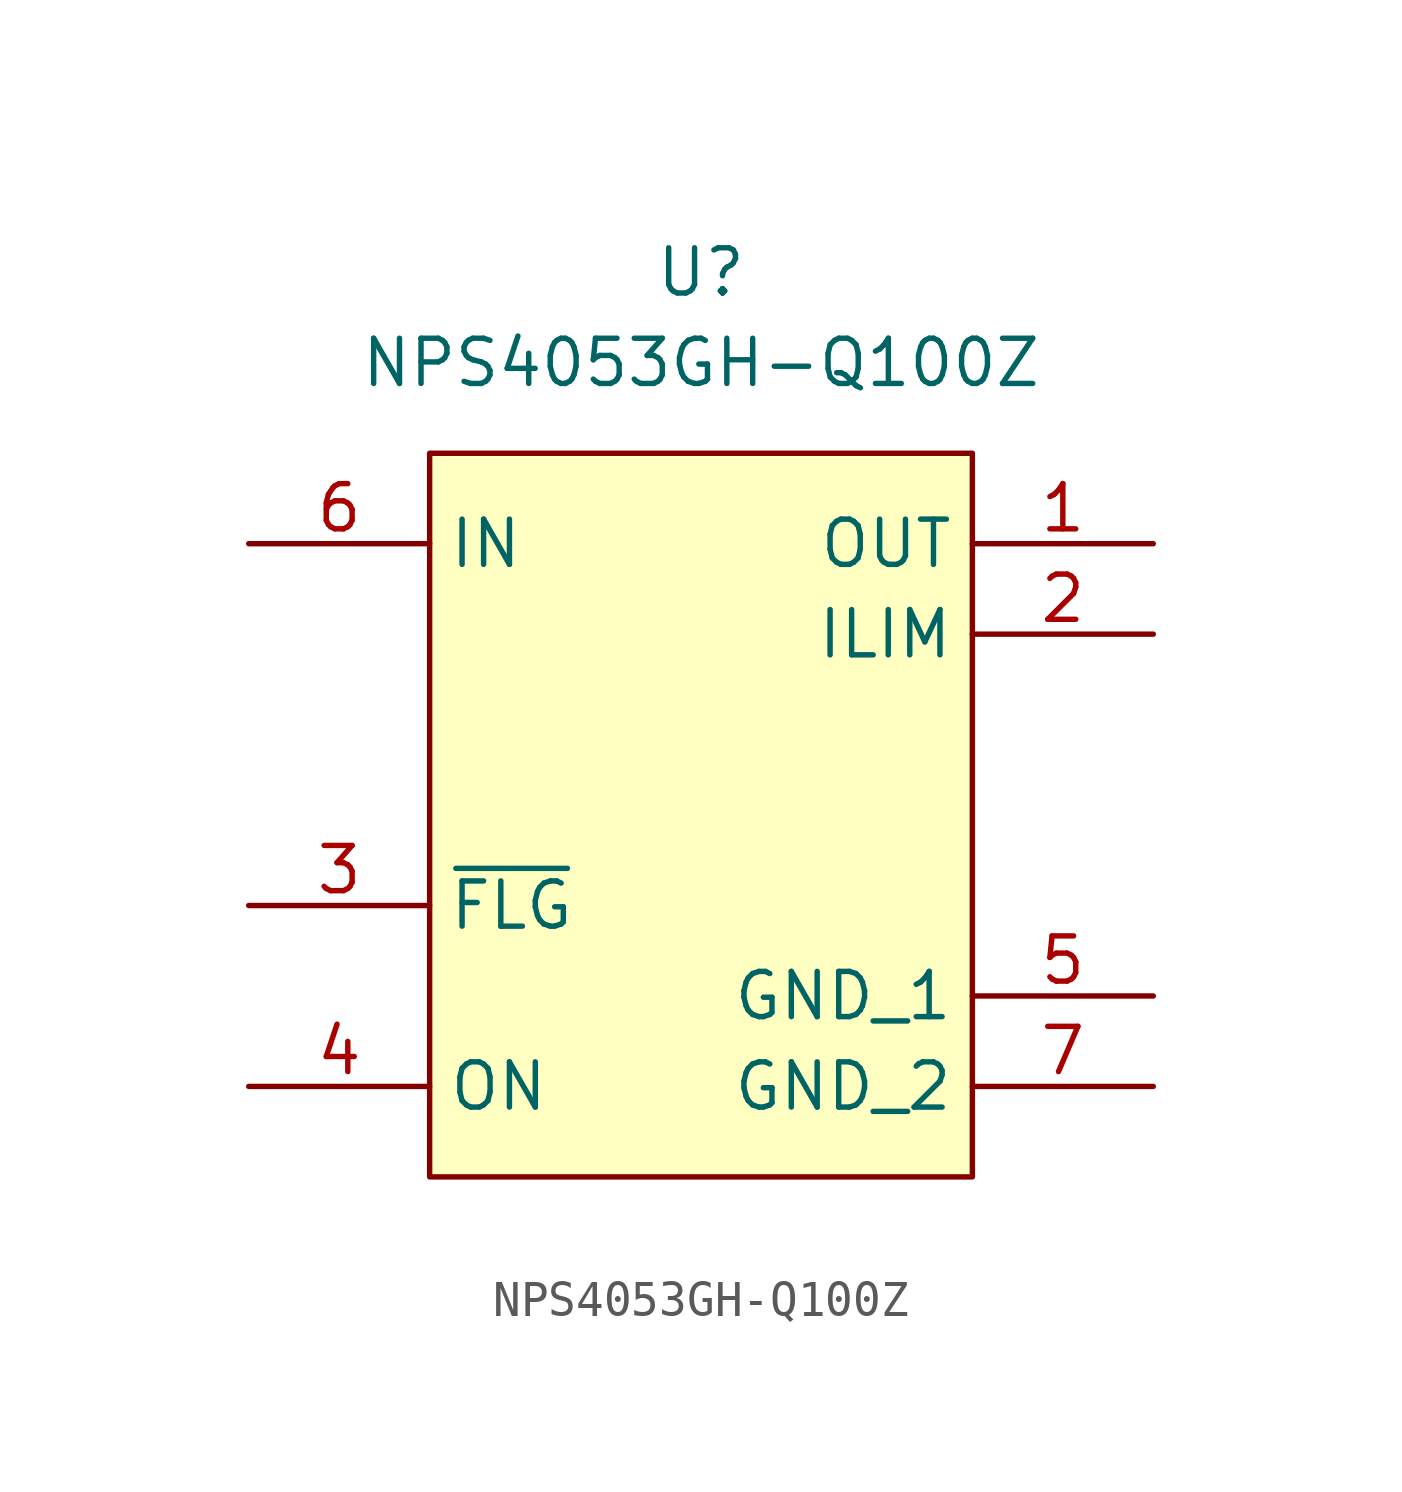
<source format=kicad_sym>
(kicad_symbol_lib
  (version 20241209)
  (generator "kicad_symbol_editor")
  (generator_version "9.0")
  (symbol "NPS4053GH-Q100Z"
    (property "Reference" "U"
      (at 0 5.08 0)
      (effects (font (size 1.27 1.27))))
    (property "Value" "NPS4053GH-Q100Z"
      (at 0 2.54 0)
      (effects (font (size 1.27 1.27))))
    (symbol "NPS4053GH-Q100Z_1_1"
      (rectangle (start -7.62 0) (end 7.62 -20.32) (stroke (width 0) (type solid)) (fill (type background)))
      (pin passive line (at -12.7 -2.54 0) (length 5.08) (name "IN" (effects (font (size 1.27 1.27)))) (number "6" (effects (font (size 1.27 1.27)))))
      (pin passive line (at -12.7 -12.7 0) (length 5.08) (name "~{FLG}" (effects (font (size 1.27 1.27)))) (number "3" (effects (font (size 1.27 1.27)))))
      (pin passive line (at -12.7 -17.78 0) (length 5.08) (name "ON" (effects (font (size 1.27 1.27)))) (number "4" (effects (font (size 1.27 1.27)))))
      (pin passive line (at 12.7 -2.54 180) (length 5.08) (name "OUT" (effects (font (size 1.27 1.27)))) (number "1" (effects (font (size 1.27 1.27)))))
      (pin passive line (at 12.7 -5.08 180) (length 5.08) (name "ILIM" (effects (font (size 1.27 1.27)))) (number "2" (effects (font (size 1.27 1.27)))))
      (pin passive line (at 12.7 -15.24 180) (length 5.08) (name "GND_1" (effects (font (size 1.27 1.27)))) (number "5" (effects (font (size 1.27 1.27)))))
      (pin passive line (at 12.7 -17.78 180) (length 5.08) (name "GND_2" (effects (font (size 1.27 1.27)))) (number "7" (effects (font (size 1.27 1.27))))))))
</source>
